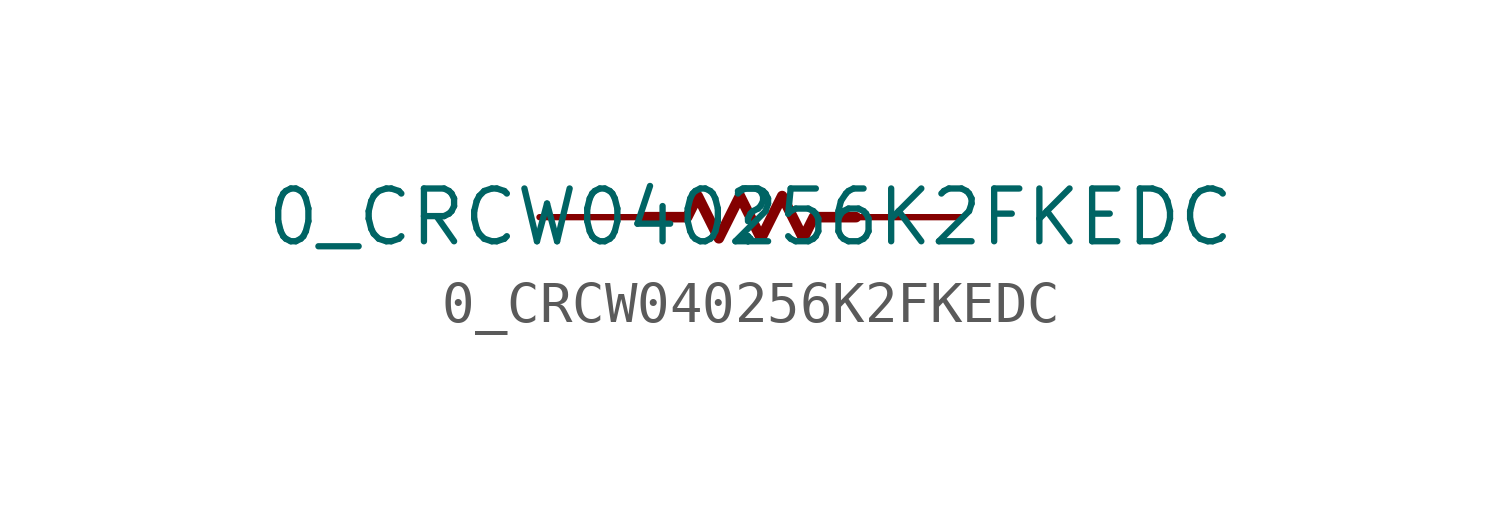
<source format=kicad_sym>
(kicad_symbol_lib
  (version 20211014)
  (generator kicad_symbol_editor)
  (symbol "0_CRCW040256K2FKEDC"
    (property "Reference" ""
      (at 0 0 0)
      (effects (font (size 1.27 1.27))))
    (property "Value" "0_CRCW040256K2FKEDC"
      (at 0 0 0)
      (effects (font (size 1.27 1.27))))
    (symbol "0_CRCW040256K2FKEDC_1_0"
      (polyline (pts (xy 2.54 0) (xy 1.524 0) (xy 1.27 -0.508) (xy 0.762 0.508) (xy 0.254 -0.508) (xy -0.254 0.508) (xy -0.762 -0.508) (xy -1.27 0.508) (xy -1.524 0) (xy -2.54 0)) (stroke (width 0.254) (type default) (color 0 0 0 0)) (fill (type none)))
      (pin passive line (at -5.08 0 0) (length 2.54) (name "1" (effects (font (size 0 0)))) (number "1" (effects (font (size 0 0)))))
      (pin passive line (at 5.08 0 180) (length 2.54) (name "2" (effects (font (size 0 0)))) (number "2" (effects (font (size 0 0))))))))
</source>
